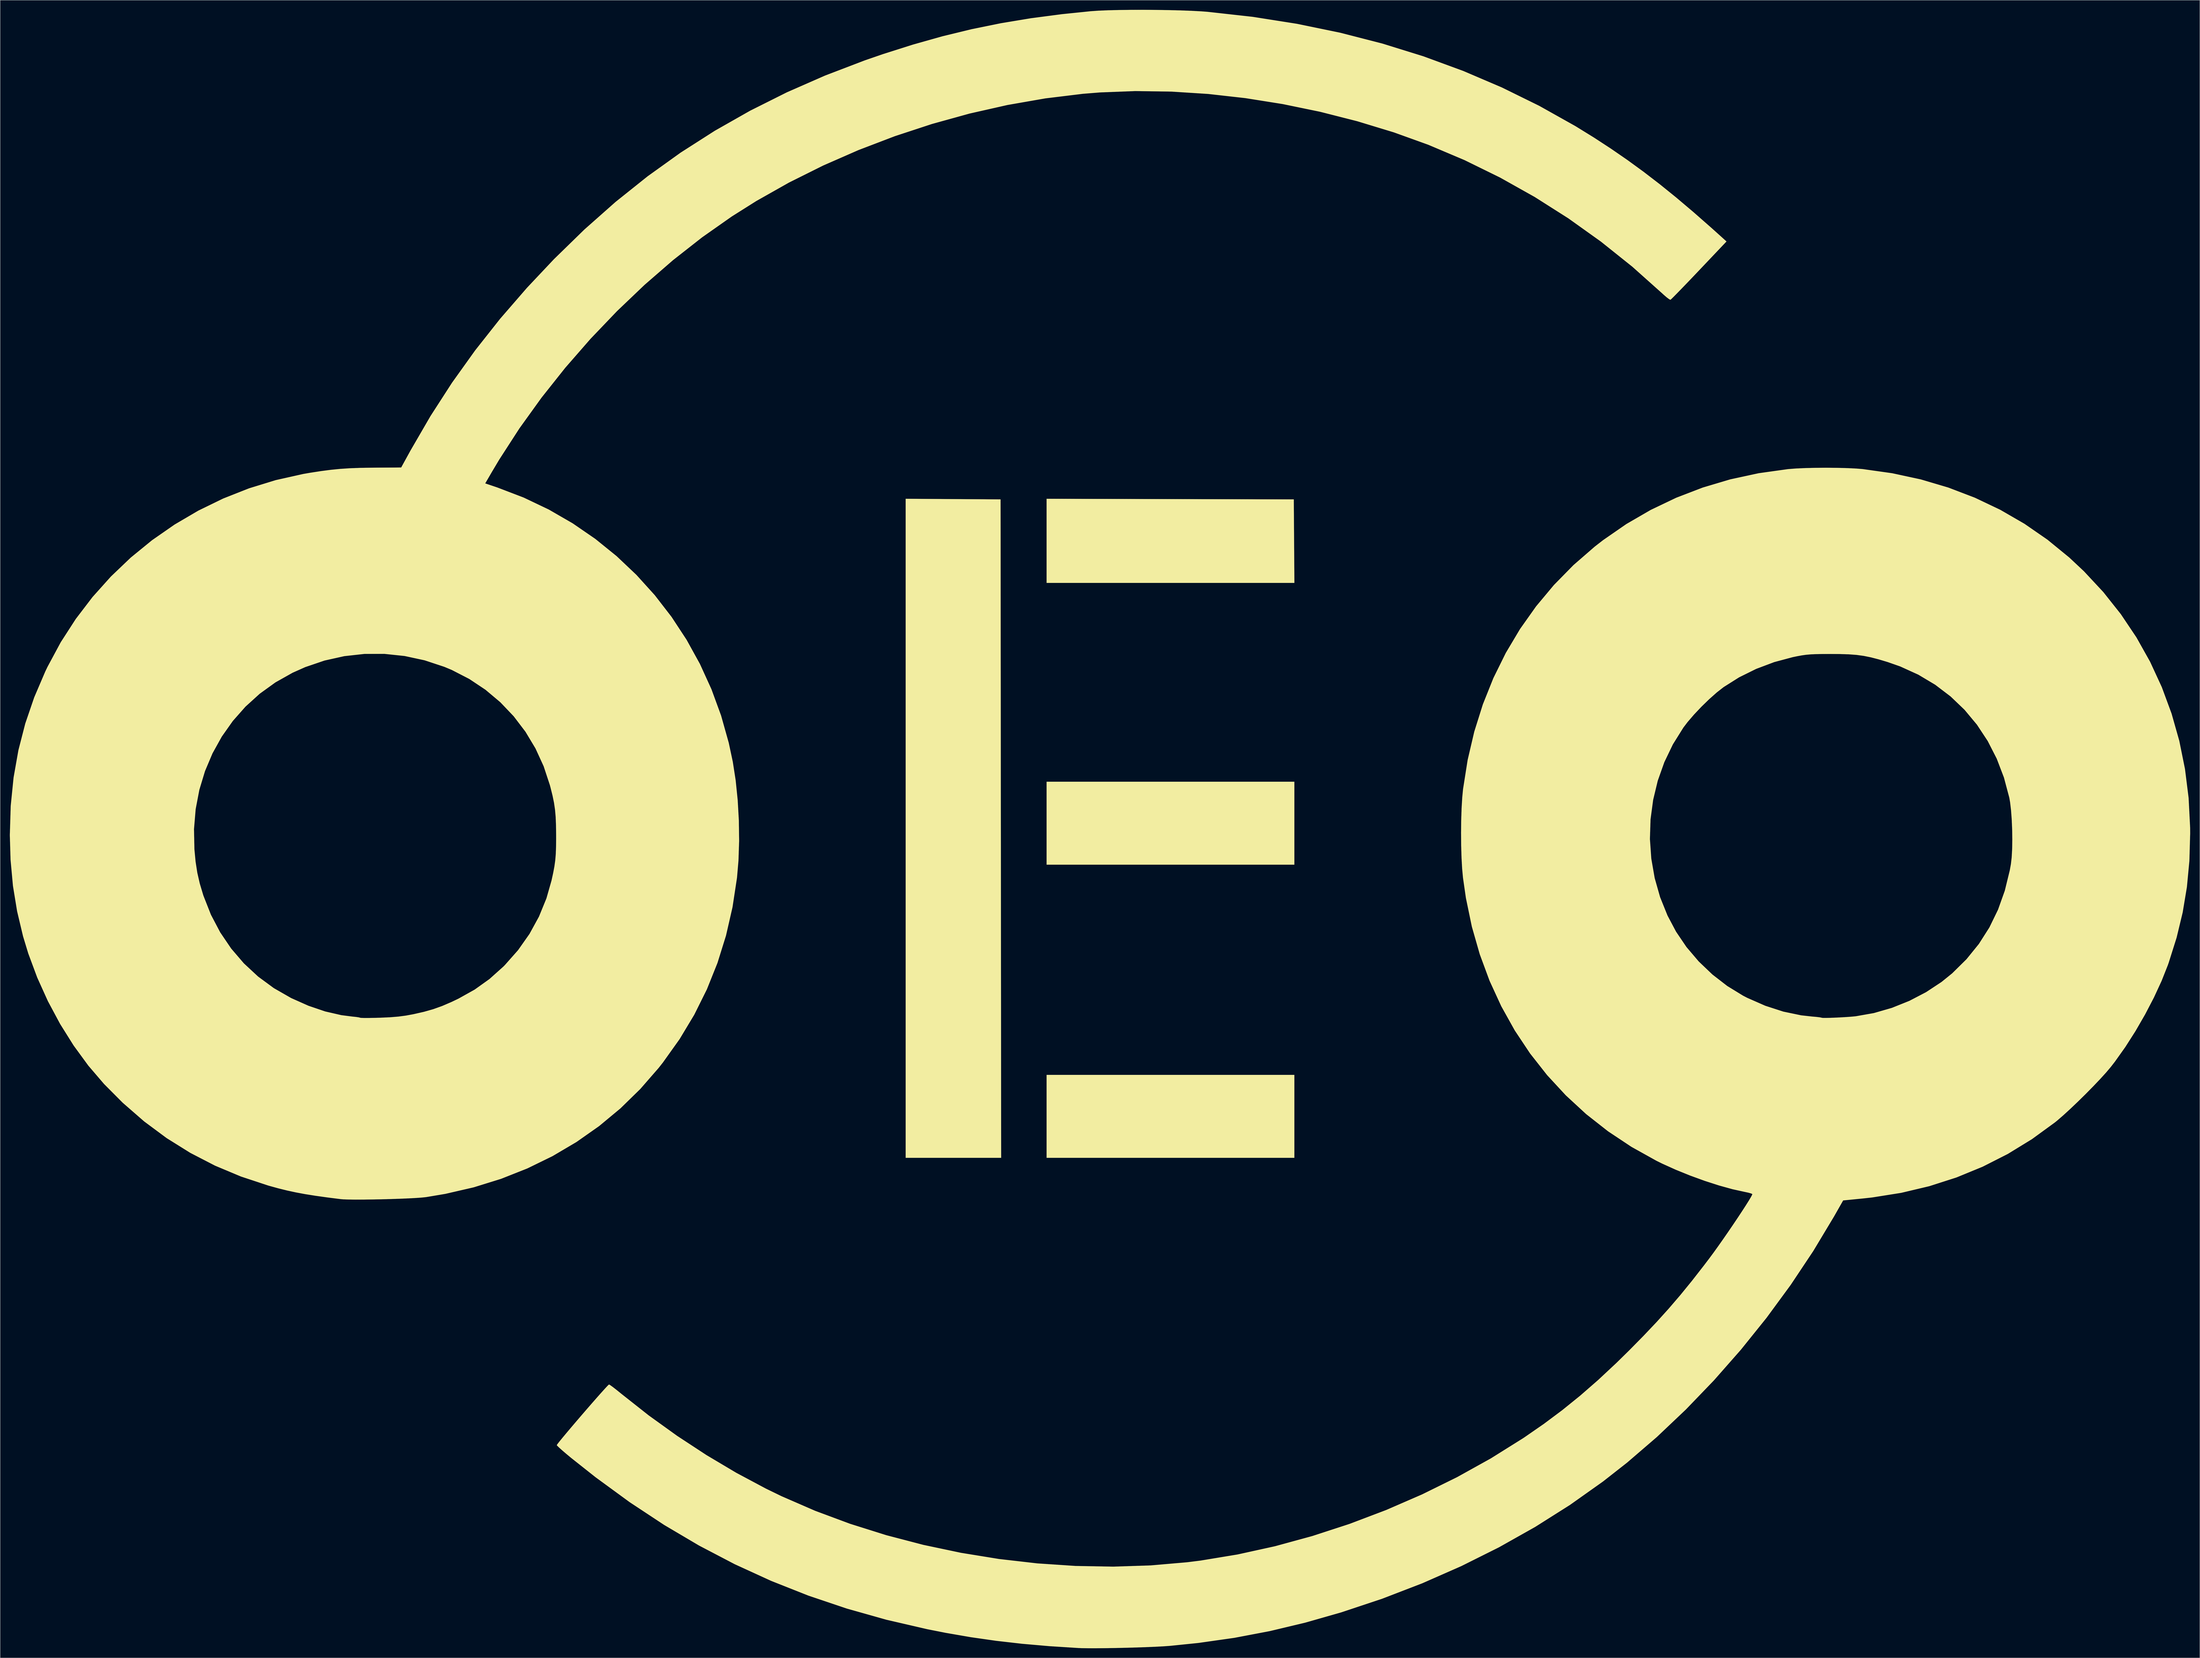
<source format=kicad_pcb>
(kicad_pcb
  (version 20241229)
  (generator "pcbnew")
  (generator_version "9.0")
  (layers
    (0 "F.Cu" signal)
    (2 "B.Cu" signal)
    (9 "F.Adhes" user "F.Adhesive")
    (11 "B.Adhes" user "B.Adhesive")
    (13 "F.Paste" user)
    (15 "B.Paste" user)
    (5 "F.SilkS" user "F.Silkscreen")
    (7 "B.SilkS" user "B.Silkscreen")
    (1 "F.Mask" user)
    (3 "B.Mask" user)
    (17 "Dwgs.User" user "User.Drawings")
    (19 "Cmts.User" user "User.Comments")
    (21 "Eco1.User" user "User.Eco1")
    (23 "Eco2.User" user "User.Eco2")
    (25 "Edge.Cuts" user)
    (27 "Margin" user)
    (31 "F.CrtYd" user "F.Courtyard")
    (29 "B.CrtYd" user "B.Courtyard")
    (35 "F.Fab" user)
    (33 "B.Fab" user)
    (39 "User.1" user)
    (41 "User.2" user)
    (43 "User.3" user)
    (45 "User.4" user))
  (footprint "Logo1920"
    (layer "F.Cu")
    (at 338.408 254.128)
    (property "Reference" "Logo1920" (at 0 0 0) (layer "F.SilkS") (effects (font (size 1.524 1.524) (thickness 0.3))))
    (attr through_hole)
    (fp_poly (pts (xy 60.149 -102.129) (xy 60.334 -76.2) (xy -16.581 -76.2) (xy -16.581 -102.309) (xy 60.149 -102.129)) (stroke (width 0.01) (type solid)) (fill yes) (layer "F.SilkS"))
    (fp_poly (pts (xy 60.325 11.289) (xy -16.581 11.289) (xy -16.581 -14.464) (xy 60.325 -14.464) (xy 60.325 11.289)) (stroke (width 0.01) (type solid)) (fill yes) (layer "F.SilkS"))
    (fp_poly (pts (xy 60.325 102.306) (xy -16.581 102.306) (xy -16.581 76.553) (xy 60.325 76.553) (xy 60.325 102.306)) (stroke (width 0.01) (type solid)) (fill yes) (layer "F.SilkS"))
    (fp_poly (pts (xy -45.597 -102.221) (xy -30.868 -102.129) (xy -30.69 102.306) (xy -60.325 102.306) (xy -60.325 -102.313) (xy -45.597 -102.221)) (stroke (width 0.01) (type solid)) (fill yes) (layer "F.SilkS"))
    (fp_poly (pts (xy 17.262 -254.099) (xy 21.169 -254.039) (xy 24.901 -253.946) (xy 28.332 -253.819) (xy 31.336 -253.659) (xy 33.337 -253.509) (xy 47.406 -251.944) (xy 61.155 -249.776) (xy 74.575 -247.008) (xy 87.654 -243.645) (xy 100.382 -239.69) (xy 112.746 -235.147) (xy 124.737 -230.019) (xy 136.343 -224.31) (xy 147.553 -218.024) (xy 153.362 -214.438) (xy 158.629 -210.996) (xy 163.713 -207.492) (xy 168.711 -203.852) (xy 173.721 -200.001) (xy 178.839 -195.862) (xy 184.162 -191.36) (xy 189.787 -186.421) (xy 192.571 -183.919) (xy 194.465 -182.205) (xy 185.936 -173.212) (xy 183.941 -171.114) (xy 182.093 -169.184) (xy 180.45 -167.48) (xy 179.068 -166.06) (xy 178.006 -164.984) (xy 177.32 -164.312) (xy 177.075 -164.1) (xy 176.684 -164.273) (xy 175.93 -164.836) (xy 174.948 -165.683) (xy 174.537 -166.063) (xy 165.225 -174.379) (xy 155.499 -182.156) (xy 145.394 -189.375) (xy 134.945 -196.014) (xy 124.187 -202.051) (xy 113.156 -207.466) (xy 101.887 -212.236) (xy 91.193 -216.087) (xy 79.833 -219.543) (xy 68.319 -222.472) (xy 56.722 -224.865) (xy 45.115 -226.713) (xy 33.568 -228.009) (xy 22.153 -228.741) (xy 10.942 -228.903) (xy 0.005 -228.484) (xy -5.292 -228.059) (xy -16.991 -226.632) (xy -28.752 -224.578) (xy -40.503 -221.921) (xy -52.171 -218.688) (xy -63.681 -214.904) (xy -74.963 -210.594) (xy -85.942 -205.784) (xy -96.545 -200.499) (xy -106.7 -194.764) (xy -114.3 -189.972) (xy -123.495 -183.508) (xy -132.541 -176.41) (xy -141.375 -168.743) (xy -149.936 -160.575) (xy -158.162 -151.97) (xy -165.99 -142.995) (xy -173.36 -133.715) (xy -180.209 -124.197) (xy -186.474 -114.507) (xy -188.798 -110.606) (xy -190.843 -107.089) (xy -187.055 -105.808) (xy -178.909 -102.689) (xy -171.113 -98.973) (xy -163.691 -94.686) (xy -156.667 -89.856) (xy -150.063 -84.512) (xy -143.905 -78.68) (xy -138.215 -72.388) (xy -133.018 -65.665) (xy -128.336 -58.536) (xy -124.194 -51.031) (xy -120.616 -43.177) (xy -117.625 -35.001) (xy -115.245 -26.532) (xy -113.991 -20.637) (xy -113.101 -14.889) (xy -112.473 -8.742) (xy -112.113 -2.407) (xy -112.03 3.908) (xy -112.23 9.991) (xy -112.689 15.346) (xy -114.081 24.484) (xy -116.101 33.302) (xy -118.752 41.804) (xy -122.034 49.992) (xy -125.949 57.871) (xy -130.498 65.442) (xy -135.681 72.709) (xy -137.01 74.395) (xy -142.706 80.936) (xy -148.869 86.957) (xy -155.478 92.446) (xy -162.51 97.39) (xy -169.942 101.776) (xy -177.753 105.592) (xy -185.919 108.826) (xy -194.419 111.466) (xy -203.23 113.498) (xy -209.197 114.5) (xy -210.51 114.64) (xy -212.381 114.774) (xy -214.691 114.897) (xy -217.323 115.008) (xy -220.159 115.104) (xy -223.082 115.181) (xy -225.975 115.237) (xy -228.718 115.27) (xy -231.195 115.275) (xy -233.289 115.251) (xy -234.881 115.195) (xy -235.656 115.133) (xy -239.866 114.602) (xy -243.507 114.093) (xy -246.713 113.582) (xy -249.619 113.042) (xy -252.359 112.449) (xy -255.068 111.778) (xy -257.88 111.002) (xy -258.233 110.9) (xy -266.664 108.111) (xy -274.711 104.736) (xy -282.391 100.765) (xy -289.72 96.19) (xy -296.713 90.999) (xy -303.387 85.184) (xy -309.163 79.375) (xy -314.035 73.687) (xy -318.599 67.441) (xy -322.8 60.736) (xy -326.583 53.673) (xy -329.893 46.351) (xy -332.675 38.871) (xy -334.301 33.516) (xy -336.144 25.761) (xy -337.431 17.885) (xy -338.178 9.76) (xy -338.403 2.117) (xy -338.346 0.248) (xy -281.242 0.248) (xy -281.112 6.526) (xy -280.747 10.374) (xy -280.213 13.811) (xy -279.454 17.126) (xy -278.414 20.603) (xy -278.286 20.99) (xy -275.98 26.843) (xy -273.106 32.305) (xy -269.691 37.344) (xy -265.76 41.931) (xy -261.338 46.036) (xy -256.452 49.63) (xy -251.127 52.682) (xy -251.001 52.744) (xy -245.716 55.098) (xy -240.529 56.863) (xy -235.508 58.017) (xy -232.128 58.451) (xy -230.927 58.575) (xy -230.034 58.71) (xy -229.658 58.82) (xy -229.265 58.868) (xy -228.285 58.889) (xy -226.838 58.884) (xy -225.043 58.852) (xy -223.485 58.809) (xy -220.411 58.673) (xy -217.804 58.459) (xy -215.426 58.143) (xy -213.133 57.72) (xy -209.839 56.972) (xy -206.943 56.15) (xy -204.183 55.161) (xy -201.292 53.915) (xy -199.143 52.887) (xy -194.116 50.079) (xy -189.522 46.799) (xy -185.213 42.941) (xy -184.783 42.51) (xy -180.65 37.839) (xy -177.099 32.794) (xy -174.154 27.418) (xy -171.837 21.753) (xy -170.26 16.228) (xy -169.746 13.882) (xy -169.368 11.873) (xy -169.106 10.008) (xy -168.942 8.094) (xy -168.856 5.94) (xy -168.828 3.352) (xy -168.829 2.117) (xy -168.865 -0.956) (xy -168.97 -3.523) (xy -169.168 -5.779) (xy -169.483 -7.923) (xy -169.941 -10.152) (xy -170.566 -12.662) (xy -170.764 -13.406) (xy -172.697 -19.261) (xy -175.238 -24.805) (xy -178.352 -29.993) (xy -182 -34.786) (xy -186.146 -39.141) (xy -190.752 -43.016) (xy -195.78 -46.37) (xy -201.195 -49.161) (xy -203.533 -50.139) (xy -209.641 -52.16) (xy -215.85 -53.5) (xy -222.113 -54.161) (xy -228.379 -54.146) (xy -234.598 -53.456) (xy -240.722 -52.093) (xy -246.701 -50.059) (xy -250.649 -48.299) (xy -255.962 -45.308) (xy -260.839 -41.787) (xy -265.254 -37.781) (xy -269.185 -33.332) (xy -272.606 -28.484) (xy -275.495 -23.278) (xy -277.826 -17.76) (xy -279.578 -11.97) (xy -280.724 -5.953) (xy -281.242 0.248) (xy -338.346 0.248) (xy -338.125 -6.984) (xy -337.241 -15.757) (xy -335.739 -24.258) (xy -333.608 -32.541) (xy -330.834 -40.663) (xy -327.405 -48.677) (xy -326.704 -50.14) (xy -322.599 -57.774) (xy -317.929 -65.007) (xy -312.729 -71.814) (xy -307.028 -78.173) (xy -300.861 -84.058) (xy -294.259 -89.447) (xy -287.253 -94.316) (xy -279.878 -98.64) (xy -272.163 -102.396) (xy -264.143 -105.561) (xy -255.848 -108.11) (xy -247.312 -110.02) (xy -245.181 -110.388) (xy -241.805 -110.909) (xy -238.762 -111.306) (xy -235.851 -111.595) (xy -232.874 -111.791) (xy -229.63 -111.911) (xy -225.919 -111.97) (xy -225.145 -111.976) (xy -216.927 -112.026) (xy -214.024 -117.308) (xy -207.816 -128.011) (xy -201.146 -138.347) (xy -193.965 -148.384) (xy -186.224 -158.186) (xy -177.874 -167.82) (xy -169.51 -176.694) (xy -160.06 -185.909) (xy -150.38 -194.482) (xy -140.431 -202.434) (xy -130.177 -209.79) (xy -119.579 -216.571) (xy -108.602 -222.803) (xy -97.208 -228.507) (xy -85.358 -233.707) (xy -73.017 -238.427) (xy -67.381 -240.371) (xy -58.015 -243.343) (xy -48.897 -245.912) (xy -39.87 -248.107) (xy -30.777 -249.963) (xy -21.463 -251.51) (xy -11.77 -252.782) (xy -2.822 -253.698) (xy -0.503 -253.858) (xy 2.395 -253.98) (xy 5.746 -254.064) (xy 9.425 -254.112) (xy 13.306 -254.123) (xy 17.262 -254.099)) (stroke (width 0.01) (type solid)) (fill yes) (layer "F.SilkS"))
    (fp_poly (pts (xy 228.815 -111.917) (xy 231.958 -111.835) (xy 234.729 -111.7) (xy 236.714 -111.538) (xy 245.899 -110.242) (xy 254.776 -108.325) (xy 263.333 -105.791) (xy 271.556 -102.646) (xy 279.433 -98.897) (xy 286.951 -94.55) (xy 294.096 -89.61) (xy 300.857 -84.083) (xy 305.431 -79.793) (xy 311.438 -73.343) (xy 316.867 -66.498) (xy 321.708 -59.282) (xy 325.953 -51.717) (xy 329.592 -43.826) (xy 332.616 -35.631) (xy 335.015 -27.156) (xy 336.781 -18.422) (xy 337.904 -9.453) (xy 338.376 -0.271) (xy 338.391 1.587) (xy 338.147 10.085) (xy 337.379 18.219) (xy 336.065 26.124) (xy 334.183 33.934) (xy 331.709 41.782) (xy 331.45 42.512) (xy 329.521 47.384) (xy 327.142 52.531) (xy 324.408 57.781) (xy 321.417 62.963) (xy 318.264 67.903) (xy 315.045 72.432) (xy 313.765 74.083) (xy 312.329 75.784) (xy 310.474 77.827) (xy 308.317 80.096) (xy 305.976 82.473) (xy 303.567 84.844) (xy 301.208 87.09) (xy 299.016 89.097) (xy 297.109 90.747) (xy 296.409 91.314) (xy 289.269 96.514) (xy 281.787 101.099) (xy 273.978 105.062) (xy 265.854 108.399) (xy 257.427 111.106) (xy 248.709 113.176) (xy 239.714 114.606) (xy 236.959 114.91) (xy 230.679 115.533) (xy 227.838 120.531) (xy 221.4 131.248) (xy 214.399 141.756) (xy 206.89 151.993) (xy 198.926 161.896) (xy 190.562 171.405) (xy 181.85 180.457) (xy 172.846 188.991) (xy 163.602 196.944) (xy 156.116 202.814) (xy 145.868 210.08) (xy 135.102 216.89) (xy 123.85 223.225) (xy 112.146 229.07) (xy 100.022 234.409) (xy 87.511 239.225) (xy 74.839 243.443) (xy 63.663 246.634) (xy 52.674 249.255) (xy 41.693 251.341) (xy 30.544 252.928) (xy 21.696 253.833) (xy 19.756 253.972) (xy 17.297 254.103) (xy 14.446 254.224) (xy 11.331 254.332) (xy 8.079 254.424) (xy 4.818 254.497) (xy 1.674 254.548) (xy -1.224 254.574) (xy -3.749 254.572) (xy -5.774 254.539) (xy -6.703 254.502) (xy -15.687 253.93) (xy -24.139 253.192) (xy -32.219 252.27) (xy -40.085 251.144) (xy -47.896 249.793) (xy -53.622 248.661) (xy -66.316 245.722) (xy -78.598 242.254) (xy -90.511 238.238) (xy -102.096 233.652) (xy -113.396 228.478) (xy -124.451 222.695) (xy -135.305 216.283) (xy -145.999 209.221) (xy -156.574 201.49) (xy -164.13 195.505) (xy -165.633 194.258) (xy -166.924 193.152) (xy -167.909 192.27) (xy -168.499 191.693) (xy -168.628 191.513) (xy -168.406 191.166) (xy -167.783 190.366) (xy -166.823 189.19) (xy -165.591 187.711) (xy -164.151 186.003) (xy -162.568 184.143) (xy -160.905 182.204) (xy -159.227 180.261) (xy -157.599 178.389) (xy -156.084 176.662) (xy -154.748 175.156) (xy -153.654 173.945) (xy -152.867 173.103) (xy -152.451 172.706) (xy -152.41 172.685) (xy -152.028 172.898) (xy -151.219 173.482) (xy -150.098 174.351) (xy -148.775 175.42) (xy -148.56 175.597) (xy -140.095 182.281) (xy -131.252 188.645) (xy -122.156 194.61) (xy -112.93 200.095) (xy -103.701 205.021) (xy -98.879 207.365) (xy -88.433 211.907) (xy -77.566 215.948) (xy -66.352 219.476) (xy -54.863 222.48) (xy -43.174 224.948) (xy -31.358 226.869) (xy -19.487 228.232) (xy -7.636 229.026) (xy 4.123 229.239) (xy 15.717 228.86) (xy 27.071 227.878) (xy 31.221 227.357) (xy 42.714 225.459) (xy 54.303 222.909) (xy 65.907 219.737) (xy 77.444 215.975) (xy 88.834 211.654) (xy 99.996 206.803) (xy 110.848 201.454) (xy 121.311 195.639) (xy 131.301 189.387) (xy 131.762 189.079) (xy 137.772 184.92) (xy 143.494 180.645) (xy 149.06 176.145) (xy 154.602 171.312) (xy 160.25 166.038) (xy 164.242 162.119) (xy 168.711 157.581) (xy 172.757 153.311) (xy 176.517 149.148) (xy 180.131 144.934) (xy 183.737 140.511) (xy 187.472 135.718) (xy 189.136 133.526) (xy 190.404 131.813) (xy 191.821 129.842) (xy 193.333 127.694) (xy 194.888 125.449) (xy 196.431 123.186) (xy 197.91 120.986) (xy 199.27 118.927) (xy 200.458 117.091) (xy 201.422 115.557) (xy 202.106 114.405) (xy 202.458 113.715) (xy 202.494 113.581) (xy 202.176 113.393) (xy 201.339 113.147) (xy 200.162 112.893) (xy 200.113 112.884) (xy 196.35 112.057) (xy 192.166 110.898) (xy 187.726 109.466) (xy 183.197 107.819) (xy 178.745 106.016) (xy 174.537 104.117) (xy 172.697 103.21) (xy 164.961 98.898) (xy 157.686 94.061) (xy 150.887 88.72) (xy 144.579 82.899) (xy 138.776 76.619) (xy 133.495 69.902) (xy 128.749 62.769) (xy 124.554 55.243) (xy 120.924 47.346) (xy 117.876 39.099) (xy 115.423 30.524) (xy 113.581 21.645) (xy 112.673 15.346) (xy 112.406 12.458) (xy 112.218 9.05) (xy 112.108 5.299) (xy 112.091 3.318) (xy 170.692 3.318) (xy 171.121 9.42) (xy 172.172 15.456) (xy 173.849 21.365) (xy 176.153 27.086) (xy 178.812 32.103) (xy 182.041 36.868) (xy 185.831 41.327) (xy 190.085 45.389) (xy 194.706 48.966) (xy 199.598 51.965) (xy 200.907 52.642) (xy 206.506 55.102) (xy 212.099 56.916) (xy 217.628 58.068) (xy 221.015 58.444) (xy 222.354 58.56) (xy 223.398 58.686) (xy 223.966 58.799) (xy 224.014 58.824) (xy 224.412 58.871) (xy 225.366 58.874) (xy 226.732 58.842) (xy 228.36 58.779) (xy 230.105 58.693) (xy 231.82 58.59) (xy 233.358 58.477) (xy 234.573 58.36) (xy 234.597 58.357) (xy 240.208 57.368) (xy 245.797 55.755) (xy 251.241 53.573) (xy 256.418 50.874) (xy 261.207 47.715) (xy 264.521 45.031) (xy 268.962 40.646) (xy 272.809 35.902) (xy 276.069 30.783) (xy 278.75 25.273) (xy 280.861 19.359) (xy 282.409 13.025) (xy 282.753 11.113) (xy 282.996 9.023) (xy 283.139 6.416) (xy 283.186 3.471) (xy 283.141 0.368) (xy 283.01 -2.712) (xy 282.796 -5.589) (xy 282.503 -8.084) (xy 282.251 -9.525) (xy 280.593 -15.758) (xy 278.351 -21.628) (xy 275.549 -27.109) (xy 272.212 -32.173) (xy 268.365 -36.792) (xy 264.033 -40.939) (xy 259.24 -44.585) (xy 254.011 -47.705) (xy 248.37 -50.269) (xy 244.472 -51.633) (xy 241.704 -52.459) (xy 239.292 -53.086) (xy 237.055 -53.539) (xy 234.81 -53.844) (xy 232.376 -54.027) (xy 229.57 -54.113) (xy 226.836 -54.13) (xy 224.269 -54.12) (xy 222.246 -54.085) (xy 220.606 -54.012) (xy 219.188 -53.887) (xy 217.829 -53.697) (xy 216.369 -53.428) (xy 215.061 -53.157) (xy 209.286 -51.614) (xy 203.678 -49.502) (xy 198.38 -46.884) (xy 193.582 -43.854) (xy 191.447 -42.186) (xy 189.092 -40.096) (xy 186.683 -37.753) (xy 184.389 -35.327) (xy 182.377 -32.984) (xy 181.088 -31.291) (xy 177.823 -26.065) (xy 175.168 -20.541) (xy 173.125 -14.78) (xy 171.697 -8.843) (xy 170.885 -2.79) (xy 170.692 3.318) (xy 112.091 3.318) (xy 112.075 1.381) (xy 112.12 -2.526) (xy 112.243 -6.245) (xy 112.444 -9.6) (xy 112.692 -12.171) (xy 114.121 -21.233) (xy 116.176 -30.014) (xy 118.842 -38.492) (xy 122.106 -46.645) (xy 125.957 -54.449) (xy 130.382 -61.882) (xy 135.367 -68.921) (xy 140.9 -75.544) (xy 146.968 -81.728) (xy 153.558 -87.451) (xy 156.179 -89.486) (xy 163.382 -94.469) (xy 170.95 -98.855) (xy 178.862 -102.634) (xy 187.096 -105.798) (xy 195.63 -108.339) (xy 204.443 -110.248) (xy 213.512 -111.518) (xy 213.679 -111.535) (xy 216.041 -111.717) (xy 218.912 -111.847) (xy 222.116 -111.923) (xy 225.475 -111.946) (xy 228.815 -111.917)) (stroke (width 0.01) (type solid)) (fill yes) (layer "F.SilkS")))
  (gr_rect
    (start -3 -3)
    (end 679.805 511.707)
    (stroke (width 0.1) (type default))
    (fill no)
    (layer "Edge.Cuts")))
</source>
